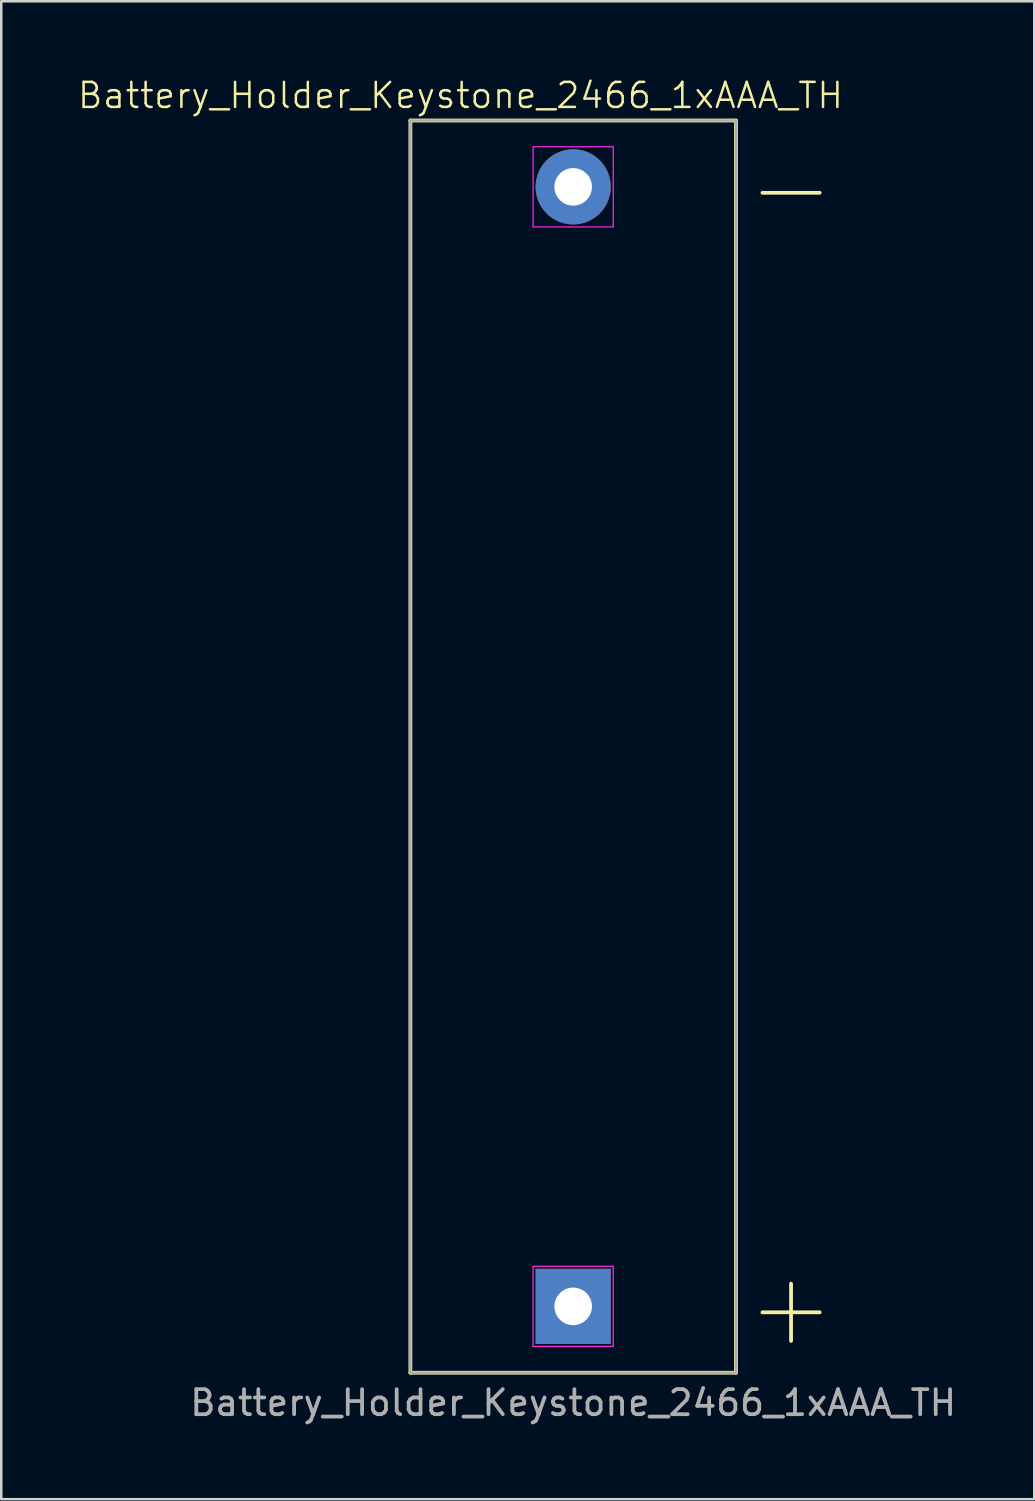
<source format=kicad_pcb>
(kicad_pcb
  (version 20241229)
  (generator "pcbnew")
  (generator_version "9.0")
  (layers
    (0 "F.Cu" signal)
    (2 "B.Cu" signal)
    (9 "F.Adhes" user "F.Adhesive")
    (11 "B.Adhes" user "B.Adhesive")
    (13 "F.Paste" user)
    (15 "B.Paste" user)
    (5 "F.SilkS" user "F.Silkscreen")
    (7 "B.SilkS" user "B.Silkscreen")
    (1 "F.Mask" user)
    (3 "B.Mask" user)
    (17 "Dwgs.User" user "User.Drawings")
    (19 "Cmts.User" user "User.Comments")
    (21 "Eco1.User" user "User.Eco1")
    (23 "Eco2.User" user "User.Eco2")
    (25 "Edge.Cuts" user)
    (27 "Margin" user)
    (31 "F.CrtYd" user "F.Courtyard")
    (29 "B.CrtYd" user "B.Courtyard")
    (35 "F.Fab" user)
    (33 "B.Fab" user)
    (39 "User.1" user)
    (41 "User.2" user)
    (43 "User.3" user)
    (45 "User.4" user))
  (footprint "Battery_Holder_Keystone_2466_1xAAA_TH"
    (layer "F.Cu")
    (at 19.836 26.761)
    (property "Reference" "Battery_Holder_Keystone_2466_1xAAA_TH" (at -4.5 -26 0) (unlocked yes) (layer "F.SilkS") (effects (font (size 1 1) (thickness 0.1))))
    (attr through_hole)
    (fp_line (start -6.5 -25) (end -6.5 25) (stroke (width 0.15) (type solid)) (layer "F.SilkS"))
    (fp_line (start -6.5 -25) (end 6.5 -25) (stroke (width 0.15) (type solid)) (layer "F.SilkS"))
    (fp_line (start -6.5 25) (end 6.5 25) (stroke (width 0.15) (type solid)) (layer "F.SilkS"))
    (fp_line (start 6.5 -25) (end 6.5 25) (stroke (width 0.15) (type solid)) (layer "F.SilkS"))
    (fp_line (start -1.6 -23.95) (end -1.6 -20.75) (stroke (width 0.05) (type solid)) (layer "F.CrtYd"))
    (fp_line (start -1.6 23.95) (end -1.6 20.75) (stroke (width 0.05) (type solid)) (layer "F.CrtYd"))
    (fp_line (start 1.6 -23.95) (end -1.6 -23.95) (stroke (width 0.05) (type solid)) (layer "F.CrtYd"))
    (fp_line (start 1.6 -23.95) (end 1.6 -20.75) (stroke (width 0.05) (type solid)) (layer "F.CrtYd"))
    (fp_line (start 1.6 -20.75) (end -1.6 -20.75) (stroke (width 0.05) (type solid)) (layer "F.CrtYd"))
    (fp_line (start 1.6 20.75) (end -1.6 20.75) (stroke (width 0.05) (type solid)) (layer "F.CrtYd"))
    (fp_line (start 1.6 23.95) (end -1.6 23.95) (stroke (width 0.05) (type solid)) (layer "F.CrtYd"))
    (fp_line (start 1.6 23.95) (end 1.6 20.75) (stroke (width 0.05) (type solid)) (layer "F.CrtYd"))
    (fp_line (start -6.5 -25) (end 6.5 -25) (stroke (width 0.1) (type solid)) (layer "F.Fab"))
    (fp_line (start -6.5 25) (end -6.5 -25) (stroke (width 0.1) (type solid)) (layer "F.Fab"))
    (fp_line (start 6.5 -25) (end 6.5 25) (stroke (width 0.1) (type solid)) (layer "F.Fab"))
    (fp_line (start 6.5 25) (end -6.5 25) (stroke (width 0.1) (type solid)) (layer "F.Fab"))
    (fp_text user "+" (at 8.7 22.35 0) (layer "F.SilkS") (effects (font (size 3 3) (thickness 0.15))))
    (fp_text user "-" (at 8.7 -22.35 0) (layer "F.SilkS") (effects (font (size 3 3) (thickness 0.15))))
    (fp_text user "${REFERENCE}" (at 0 26.2 0) (unlocked yes) (layer "F.Fab") (effects (font (size 1 1) (thickness 0.15))))
    (pad "+" thru_hole rect (at 0 22.35) (size 3 3) (drill 1.5) (layers "*.Cu" "*.Mask"))
    (pad "-" thru_hole circle (at 0 -22.35) (size 3 3) (drill 1.5) (layers "*.Cu" "*.Mask")))
  (gr_rect
    (start -3 -3)
    (end 38.246 56.809)
    (stroke (width 0.1) (type default))
    (fill no)
    (layer "Edge.Cuts")))
</source>
